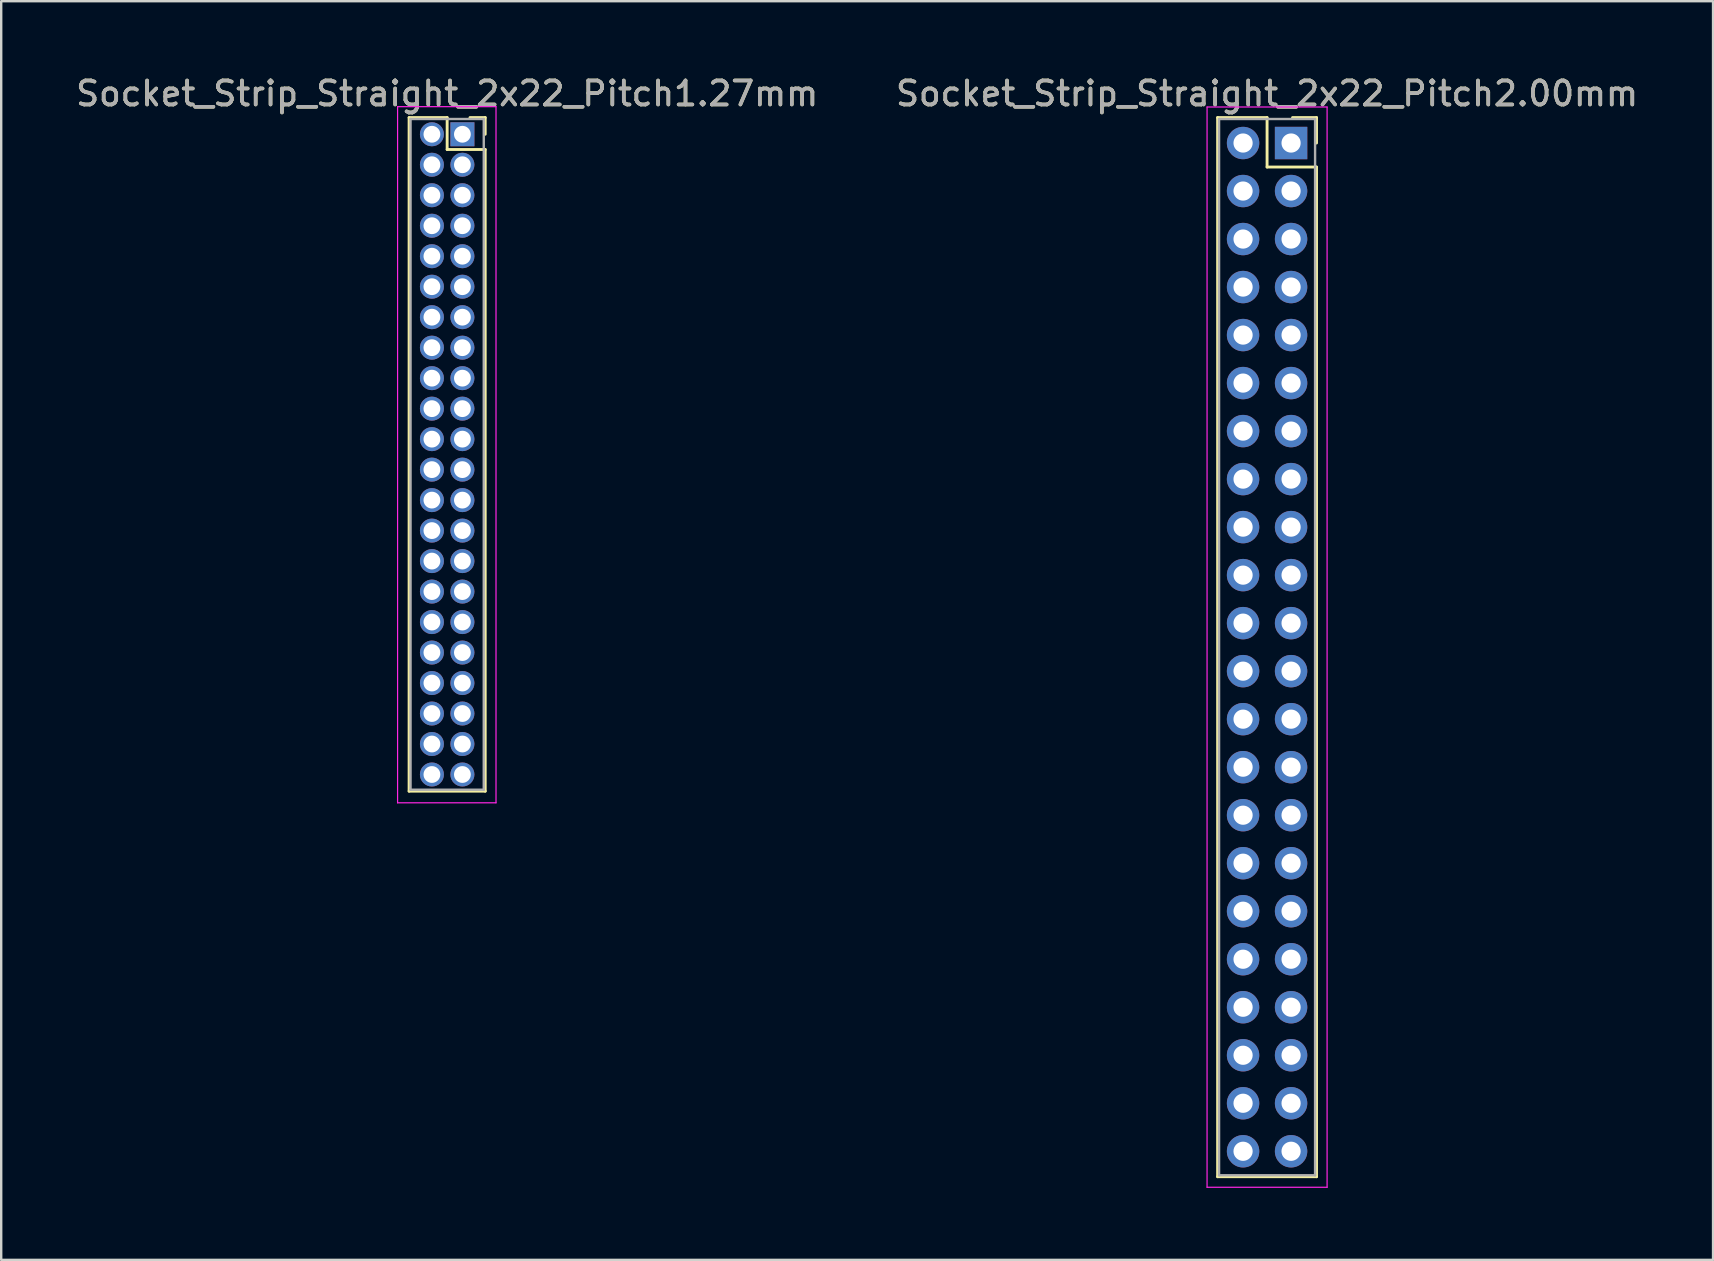
<source format=kicad_pcb>
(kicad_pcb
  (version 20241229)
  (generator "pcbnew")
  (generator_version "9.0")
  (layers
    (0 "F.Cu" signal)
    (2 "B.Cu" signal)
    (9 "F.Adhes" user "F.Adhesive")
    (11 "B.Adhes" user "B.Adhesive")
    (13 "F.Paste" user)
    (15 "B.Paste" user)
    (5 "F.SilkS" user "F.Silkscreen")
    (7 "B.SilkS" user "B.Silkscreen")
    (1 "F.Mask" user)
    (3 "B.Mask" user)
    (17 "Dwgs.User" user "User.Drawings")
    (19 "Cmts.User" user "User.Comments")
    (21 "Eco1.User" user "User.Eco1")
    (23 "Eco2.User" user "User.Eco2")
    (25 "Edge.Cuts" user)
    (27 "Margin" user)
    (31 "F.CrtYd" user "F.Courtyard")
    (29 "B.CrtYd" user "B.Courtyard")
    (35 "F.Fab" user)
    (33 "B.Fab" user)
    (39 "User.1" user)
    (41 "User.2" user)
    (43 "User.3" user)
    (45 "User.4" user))
  (footprint "Socket_Strip_Straight_2x22_Pitch1.27mm"
    (layer "F.Cu")
    (at 16.212 2.543)
    (property "Reference" "Socket_Strip_Straight_2x22_Pitch1.27mm" (at -0.635 -1.695 0) (layer "F.SilkS") (effects (font (size 1 1) (thickness 0.15))))
    (attr through_hole)
    (fp_line (start -2.22 -0.695) (end -0.635 -0.695) (stroke (width 0.12) (type solid)) (layer "F.SilkS"))
    (fp_line (start -2.22 27.365) (end -2.22 -0.695) (stroke (width 0.12) (type solid)) (layer "F.SilkS"))
    (fp_line (start -0.635 -0.695) (end -0.635 0.635) (stroke (width 0.12) (type solid)) (layer "F.SilkS"))
    (fp_line (start -0.635 0.635) (end 0.95 0.635) (stroke (width 0.12) (type solid)) (layer "F.SilkS"))
    (fp_line (start 0.95 -0.695) (end 0.315 -0.695) (stroke (width 0.12) (type solid)) (layer "F.SilkS"))
    (fp_line (start 0.95 0) (end 0.95 -0.695) (stroke (width 0.12) (type solid)) (layer "F.SilkS"))
    (fp_line (start 0.95 0.635) (end 0.95 27.365) (stroke (width 0.12) (type solid)) (layer "F.SilkS"))
    (fp_line (start 0.95 27.365) (end -2.22 27.365) (stroke (width 0.12) (type solid)) (layer "F.SilkS"))
    (fp_line (start -2.7 -1.15) (end -2.7 27.85) (stroke (width 0.05) (type solid)) (layer "F.CrtYd"))
    (fp_line (start -2.7 27.85) (end 1.4 27.85) (stroke (width 0.05) (type solid)) (layer "F.CrtYd"))
    (fp_line (start 1.4 -1.15) (end -2.7 -1.15) (stroke (width 0.05) (type solid)) (layer "F.CrtYd"))
    (fp_line (start 1.4 27.85) (end 1.4 -1.15) (stroke (width 0.05) (type solid)) (layer "F.CrtYd"))
    (fp_line (start -2.16 -0.635) (end -2.16 27.305) (stroke (width 0.1) (type solid)) (layer "F.Fab"))
    (fp_line (start -2.16 27.305) (end 0.89 27.305) (stroke (width 0.1) (type solid)) (layer "F.Fab"))
    (fp_line (start 0.89 -0.635) (end -2.16 -0.635) (stroke (width 0.1) (type solid)) (layer "F.Fab"))
    (fp_line (start 0.89 27.305) (end 0.89 -0.635) (stroke (width 0.1) (type solid)) (layer "F.Fab"))
    (fp_text user "${REFERENCE}" (at -0.635 -1.695 0) (layer "F.Fab") (effects (font (size 1 1) (thickness 0.15))))
    (pad "1" thru_hole rect (at 0 0) (size 1 1) (drill 0.7) (layers "*.Cu" "*.Mask"))
    (pad "2" thru_hole oval (at -1.27 0) (size 1 1) (drill 0.7) (layers "*.Cu" "*.Mask"))
    (pad "3" thru_hole oval (at 0 1.27) (size 1 1) (drill 0.7) (layers "*.Cu" "*.Mask"))
    (pad "4" thru_hole oval (at -1.27 1.27) (size 1 1) (drill 0.7) (layers "*.Cu" "*.Mask"))
    (pad "5" thru_hole oval (at 0 2.54) (size 1 1) (drill 0.7) (layers "*.Cu" "*.Mask"))
    (pad "6" thru_hole oval (at -1.27 2.54) (size 1 1) (drill 0.7) (layers "*.Cu" "*.Mask"))
    (pad "7" thru_hole oval (at 0 3.81) (size 1 1) (drill 0.7) (layers "*.Cu" "*.Mask"))
    (pad "8" thru_hole oval (at -1.27 3.81) (size 1 1) (drill 0.7) (layers "*.Cu" "*.Mask"))
    (pad "9" thru_hole oval (at 0 5.08) (size 1 1) (drill 0.7) (layers "*.Cu" "*.Mask"))
    (pad "10" thru_hole oval (at -1.27 5.08) (size 1 1) (drill 0.7) (layers "*.Cu" "*.Mask"))
    (pad "11" thru_hole oval (at 0 6.35) (size 1 1) (drill 0.7) (layers "*.Cu" "*.Mask"))
    (pad "12" thru_hole oval (at -1.27 6.35) (size 1 1) (drill 0.7) (layers "*.Cu" "*.Mask"))
    (pad "13" thru_hole oval (at 0 7.62) (size 1 1) (drill 0.7) (layers "*.Cu" "*.Mask"))
    (pad "14" thru_hole oval (at -1.27 7.62) (size 1 1) (drill 0.7) (layers "*.Cu" "*.Mask"))
    (pad "15" thru_hole oval (at 0 8.89) (size 1 1) (drill 0.7) (layers "*.Cu" "*.Mask"))
    (pad "16" thru_hole oval (at -1.27 8.89) (size 1 1) (drill 0.7) (layers "*.Cu" "*.Mask"))
    (pad "17" thru_hole oval (at 0 10.16) (size 1 1) (drill 0.7) (layers "*.Cu" "*.Mask"))
    (pad "18" thru_hole oval (at -1.27 10.16) (size 1 1) (drill 0.7) (layers "*.Cu" "*.Mask"))
    (pad "19" thru_hole oval (at 0 11.43) (size 1 1) (drill 0.7) (layers "*.Cu" "*.Mask"))
    (pad "20" thru_hole oval (at -1.27 11.43) (size 1 1) (drill 0.7) (layers "*.Cu" "*.Mask"))
    (pad "21" thru_hole oval (at 0 12.7) (size 1 1) (drill 0.7) (layers "*.Cu" "*.Mask"))
    (pad "22" thru_hole oval (at -1.27 12.7) (size 1 1) (drill 0.7) (layers "*.Cu" "*.Mask"))
    (pad "23" thru_hole oval (at 0 13.97) (size 1 1) (drill 0.7) (layers "*.Cu" "*.Mask"))
    (pad "24" thru_hole oval (at -1.27 13.97) (size 1 1) (drill 0.7) (layers "*.Cu" "*.Mask"))
    (pad "25" thru_hole oval (at 0 15.24) (size 1 1) (drill 0.7) (layers "*.Cu" "*.Mask"))
    (pad "26" thru_hole oval (at -1.27 15.24) (size 1 1) (drill 0.7) (layers "*.Cu" "*.Mask"))
    (pad "27" thru_hole oval (at 0 16.51) (size 1 1) (drill 0.7) (layers "*.Cu" "*.Mask"))
    (pad "28" thru_hole oval (at -1.27 16.51) (size 1 1) (drill 0.7) (layers "*.Cu" "*.Mask"))
    (pad "29" thru_hole oval (at 0 17.78) (size 1 1) (drill 0.7) (layers "*.Cu" "*.Mask"))
    (pad "30" thru_hole oval (at -1.27 17.78) (size 1 1) (drill 0.7) (layers "*.Cu" "*.Mask"))
    (pad "31" thru_hole oval (at 0 19.05) (size 1 1) (drill 0.7) (layers "*.Cu" "*.Mask"))
    (pad "32" thru_hole oval (at -1.27 19.05) (size 1 1) (drill 0.7) (layers "*.Cu" "*.Mask"))
    (pad "33" thru_hole oval (at 0 20.32) (size 1 1) (drill 0.7) (layers "*.Cu" "*.Mask"))
    (pad "34" thru_hole oval (at -1.27 20.32) (size 1 1) (drill 0.7) (layers "*.Cu" "*.Mask"))
    (pad "35" thru_hole oval (at 0 21.59) (size 1 1) (drill 0.7) (layers "*.Cu" "*.Mask"))
    (pad "36" thru_hole oval (at -1.27 21.59) (size 1 1) (drill 0.7) (layers "*.Cu" "*.Mask"))
    (pad "37" thru_hole oval (at 0 22.86) (size 1 1) (drill 0.7) (layers "*.Cu" "*.Mask"))
    (pad "38" thru_hole oval (at -1.27 22.86) (size 1 1) (drill 0.7) (layers "*.Cu" "*.Mask"))
    (pad "39" thru_hole oval (at 0 24.13) (size 1 1) (drill 0.7) (layers "*.Cu" "*.Mask"))
    (pad "40" thru_hole oval (at -1.27 24.13) (size 1 1) (drill 0.7) (layers "*.Cu" "*.Mask"))
    (pad "41" thru_hole oval (at 0 25.4) (size 1 1) (drill 0.7) (layers "*.Cu" "*.Mask"))
    (pad "42" thru_hole oval (at -1.27 25.4) (size 1 1) (drill 0.7) (layers "*.Cu" "*.Mask"))
    (pad "43" thru_hole oval (at 0 26.67) (size 1 1) (drill 0.7) (layers "*.Cu" "*.Mask"))
    (pad "44" thru_hole oval (at -1.27 26.67) (size 1 1) (drill 0.7) (layers "*.Cu" "*.Mask")))
  (footprint "Socket_Strip_Straight_2x22_Pitch2.00mm"
    (layer "F.Cu")
    (at 50.732 2.908)
    (property "Reference" "Socket_Strip_Straight_2x22_Pitch2.00mm" (at -1 -2.06 0) (layer "F.SilkS") (effects (font (size 1 1) (thickness 0.15))))
    (attr through_hole)
    (fp_line (start -3.06 -1.06) (end -1 -1.06) (stroke (width 0.12) (type solid)) (layer "F.SilkS"))
    (fp_line (start -3.06 43.06) (end -3.06 -1.06) (stroke (width 0.12) (type solid)) (layer "F.SilkS"))
    (fp_line (start -1 -1.06) (end -1 1) (stroke (width 0.12) (type solid)) (layer "F.SilkS"))
    (fp_line (start -1 1) (end 1.06 1) (stroke (width 0.12) (type solid)) (layer "F.SilkS"))
    (fp_line (start 1.06 -1.06) (end 0.06 -1.06) (stroke (width 0.12) (type solid)) (layer "F.SilkS"))
    (fp_line (start 1.06 0) (end 1.06 -1.06) (stroke (width 0.12) (type solid)) (layer "F.SilkS"))
    (fp_line (start 1.06 1) (end 1.06 43.06) (stroke (width 0.12) (type solid)) (layer "F.SilkS"))
    (fp_line (start 1.06 43.06) (end -3.06 43.06) (stroke (width 0.12) (type solid)) (layer "F.SilkS"))
    (fp_line (start -3.5 -1.5) (end -3.5 43.5) (stroke (width 0.05) (type solid)) (layer "F.CrtYd"))
    (fp_line (start -3.5 43.5) (end 1.5 43.5) (stroke (width 0.05) (type solid)) (layer "F.CrtYd"))
    (fp_line (start 1.5 -1.5) (end -3.5 -1.5) (stroke (width 0.05) (type solid)) (layer "F.CrtYd"))
    (fp_line (start 1.5 43.5) (end 1.5 -1.5) (stroke (width 0.05) (type solid)) (layer "F.CrtYd"))
    (fp_line (start -3 -1) (end -3 43) (stroke (width 0.1) (type solid)) (layer "F.Fab"))
    (fp_line (start -3 43) (end 1 43) (stroke (width 0.1) (type solid)) (layer "F.Fab"))
    (fp_line (start 1 -1) (end -3 -1) (stroke (width 0.1) (type solid)) (layer "F.Fab"))
    (fp_line (start 1 43) (end 1 -1) (stroke (width 0.1) (type solid)) (layer "F.Fab"))
    (fp_text user "${REFERENCE}" (at -1 -2.06 0) (layer "F.Fab") (effects (font (size 1 1) (thickness 0.15))))
    (pad "1" thru_hole rect (at 0 0) (size 1.35 1.35) (drill 0.8) (layers "*.Cu" "*.Mask"))
    (pad "2" thru_hole oval (at -2 0) (size 1.35 1.35) (drill 0.8) (layers "*.Cu" "*.Mask"))
    (pad "3" thru_hole oval (at 0 2) (size 1.35 1.35) (drill 0.8) (layers "*.Cu" "*.Mask"))
    (pad "4" thru_hole oval (at -2 2) (size 1.35 1.35) (drill 0.8) (layers "*.Cu" "*.Mask"))
    (pad "5" thru_hole oval (at 0 4) (size 1.35 1.35) (drill 0.8) (layers "*.Cu" "*.Mask"))
    (pad "6" thru_hole oval (at -2 4) (size 1.35 1.35) (drill 0.8) (layers "*.Cu" "*.Mask"))
    (pad "7" thru_hole oval (at 0 6) (size 1.35 1.35) (drill 0.8) (layers "*.Cu" "*.Mask"))
    (pad "8" thru_hole oval (at -2 6) (size 1.35 1.35) (drill 0.8) (layers "*.Cu" "*.Mask"))
    (pad "9" thru_hole oval (at 0 8) (size 1.35 1.35) (drill 0.8) (layers "*.Cu" "*.Mask"))
    (pad "10" thru_hole oval (at -2 8) (size 1.35 1.35) (drill 0.8) (layers "*.Cu" "*.Mask"))
    (pad "11" thru_hole oval (at 0 10) (size 1.35 1.35) (drill 0.8) (layers "*.Cu" "*.Mask"))
    (pad "12" thru_hole oval (at -2 10) (size 1.35 1.35) (drill 0.8) (layers "*.Cu" "*.Mask"))
    (pad "13" thru_hole oval (at 0 12) (size 1.35 1.35) (drill 0.8) (layers "*.Cu" "*.Mask"))
    (pad "14" thru_hole oval (at -2 12) (size 1.35 1.35) (drill 0.8) (layers "*.Cu" "*.Mask"))
    (pad "15" thru_hole oval (at 0 14) (size 1.35 1.35) (drill 0.8) (layers "*.Cu" "*.Mask"))
    (pad "16" thru_hole oval (at -2 14) (size 1.35 1.35) (drill 0.8) (layers "*.Cu" "*.Mask"))
    (pad "17" thru_hole oval (at 0 16) (size 1.35 1.35) (drill 0.8) (layers "*.Cu" "*.Mask"))
    (pad "18" thru_hole oval (at -2 16) (size 1.35 1.35) (drill 0.8) (layers "*.Cu" "*.Mask"))
    (pad "19" thru_hole oval (at 0 18) (size 1.35 1.35) (drill 0.8) (layers "*.Cu" "*.Mask"))
    (pad "20" thru_hole oval (at -2 18) (size 1.35 1.35) (drill 0.8) (layers "*.Cu" "*.Mask"))
    (pad "21" thru_hole oval (at 0 20) (size 1.35 1.35) (drill 0.8) (layers "*.Cu" "*.Mask"))
    (pad "22" thru_hole oval (at -2 20) (size 1.35 1.35) (drill 0.8) (layers "*.Cu" "*.Mask"))
    (pad "23" thru_hole oval (at 0 22) (size 1.35 1.35) (drill 0.8) (layers "*.Cu" "*.Mask"))
    (pad "24" thru_hole oval (at -2 22) (size 1.35 1.35) (drill 0.8) (layers "*.Cu" "*.Mask"))
    (pad "25" thru_hole oval (at 0 24) (size 1.35 1.35) (drill 0.8) (layers "*.Cu" "*.Mask"))
    (pad "26" thru_hole oval (at -2 24) (size 1.35 1.35) (drill 0.8) (layers "*.Cu" "*.Mask"))
    (pad "27" thru_hole oval (at 0 26) (size 1.35 1.35) (drill 0.8) (layers "*.Cu" "*.Mask"))
    (pad "28" thru_hole oval (at -2 26) (size 1.35 1.35) (drill 0.8) (layers "*.Cu" "*.Mask"))
    (pad "29" thru_hole oval (at 0 28) (size 1.35 1.35) (drill 0.8) (layers "*.Cu" "*.Mask"))
    (pad "30" thru_hole oval (at -2 28) (size 1.35 1.35) (drill 0.8) (layers "*.Cu" "*.Mask"))
    (pad "31" thru_hole oval (at 0 30) (size 1.35 1.35) (drill 0.8) (layers "*.Cu" "*.Mask"))
    (pad "32" thru_hole oval (at -2 30) (size 1.35 1.35) (drill 0.8) (layers "*.Cu" "*.Mask"))
    (pad "33" thru_hole oval (at 0 32) (size 1.35 1.35) (drill 0.8) (layers "*.Cu" "*.Mask"))
    (pad "34" thru_hole oval (at -2 32) (size 1.35 1.35) (drill 0.8) (layers "*.Cu" "*.Mask"))
    (pad "35" thru_hole oval (at 0 34) (size 1.35 1.35) (drill 0.8) (layers "*.Cu" "*.Mask"))
    (pad "36" thru_hole oval (at -2 34) (size 1.35 1.35) (drill 0.8) (layers "*.Cu" "*.Mask"))
    (pad "37" thru_hole oval (at 0 36) (size 1.35 1.35) (drill 0.8) (layers "*.Cu" "*.Mask"))
    (pad "38" thru_hole oval (at -2 36) (size 1.35 1.35) (drill 0.8) (layers "*.Cu" "*.Mask"))
    (pad "39" thru_hole oval (at 0 38) (size 1.35 1.35) (drill 0.8) (layers "*.Cu" "*.Mask"))
    (pad "40" thru_hole oval (at -2 38) (size 1.35 1.35) (drill 0.8) (layers "*.Cu" "*.Mask"))
    (pad "41" thru_hole oval (at 0 40) (size 1.35 1.35) (drill 0.8) (layers "*.Cu" "*.Mask"))
    (pad "42" thru_hole oval (at -2 40) (size 1.35 1.35) (drill 0.8) (layers "*.Cu" "*.Mask"))
    (pad "43" thru_hole oval (at 0 42) (size 1.35 1.35) (drill 0.8) (layers "*.Cu" "*.Mask"))
    (pad "44" thru_hole oval (at -2 42) (size 1.35 1.35) (drill 0.8) (layers "*.Cu" "*.Mask")))
  (gr_rect
    (start -3 -3)
    (end 68.31 49.433)
    (stroke (width 0.1) (type default))
    (fill no)
    (layer "Edge.Cuts")))
</source>
